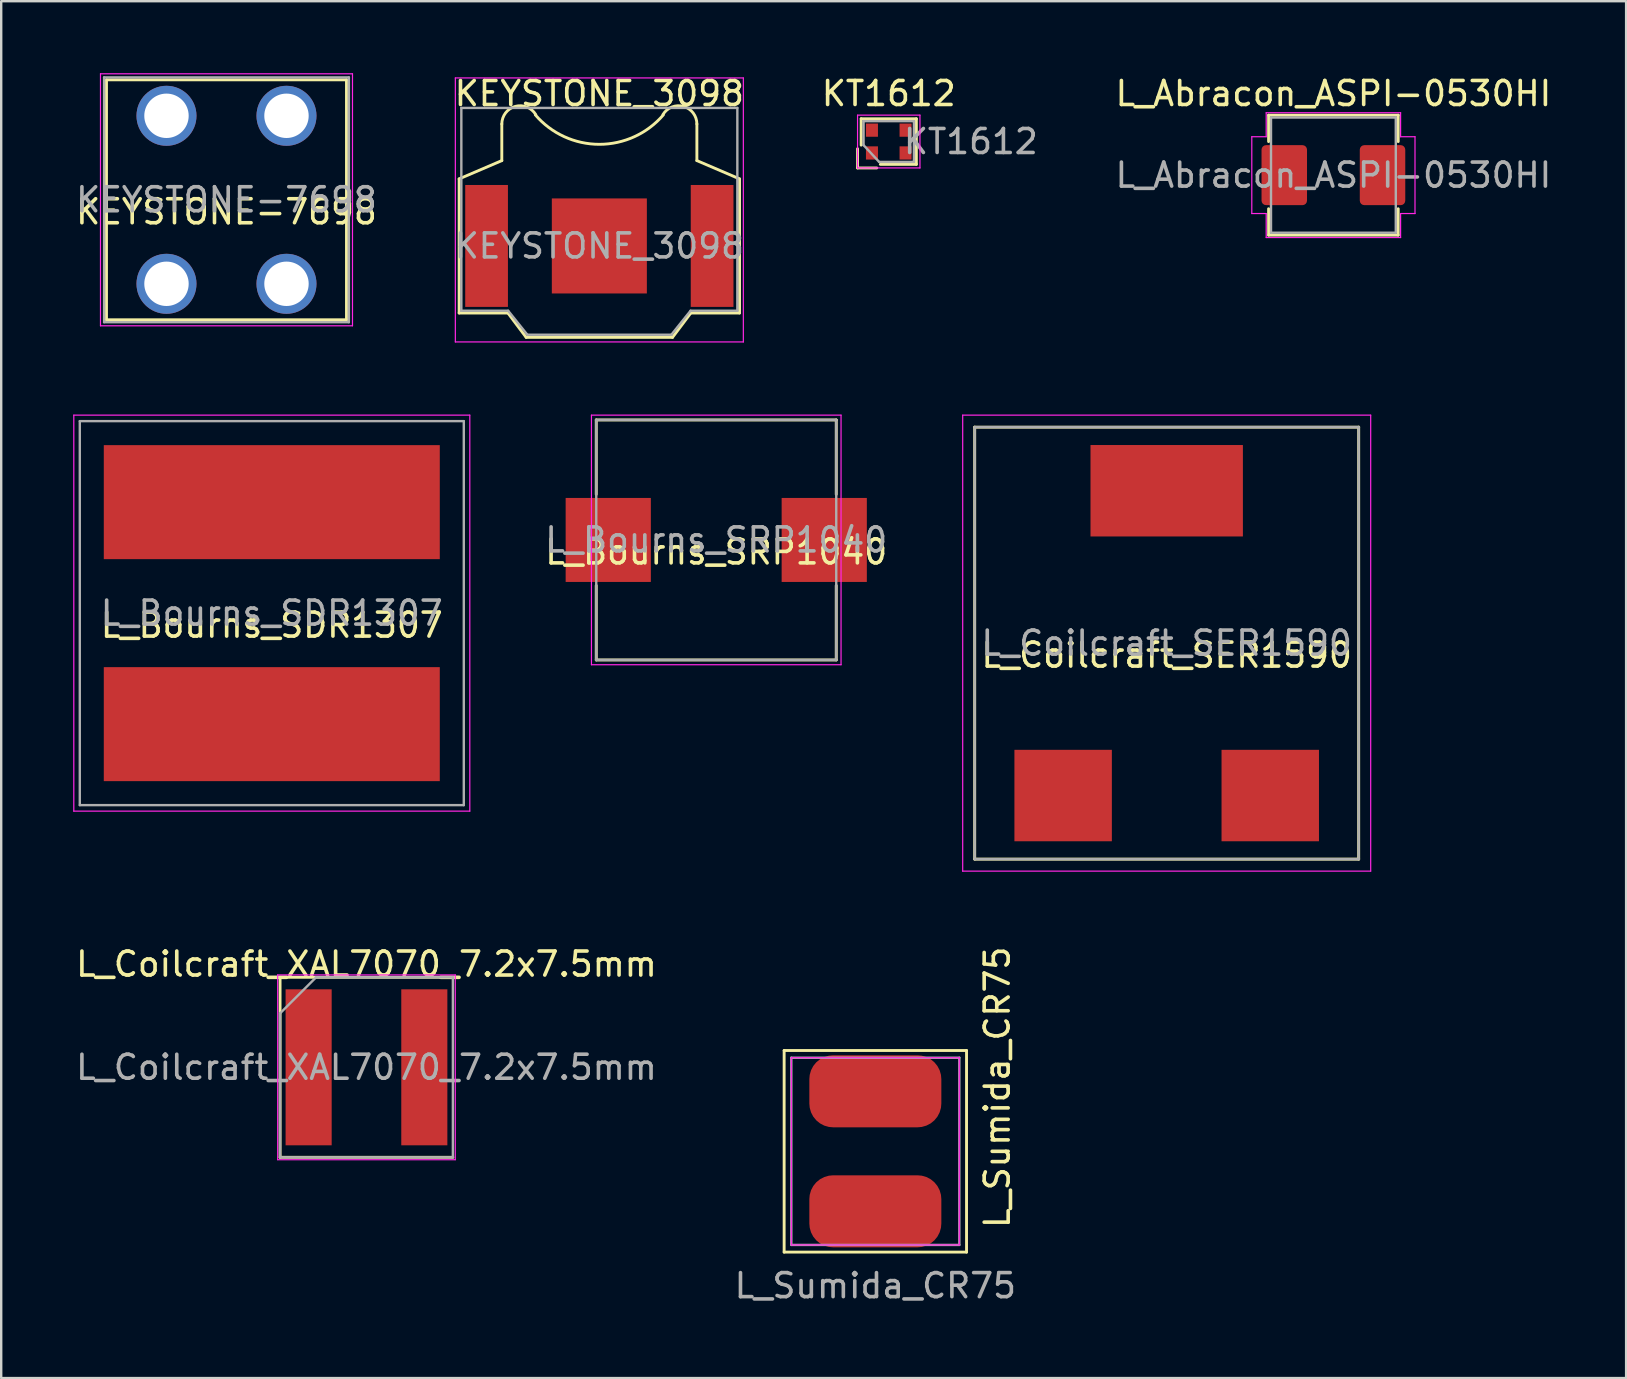
<source format=kicad_pcb>
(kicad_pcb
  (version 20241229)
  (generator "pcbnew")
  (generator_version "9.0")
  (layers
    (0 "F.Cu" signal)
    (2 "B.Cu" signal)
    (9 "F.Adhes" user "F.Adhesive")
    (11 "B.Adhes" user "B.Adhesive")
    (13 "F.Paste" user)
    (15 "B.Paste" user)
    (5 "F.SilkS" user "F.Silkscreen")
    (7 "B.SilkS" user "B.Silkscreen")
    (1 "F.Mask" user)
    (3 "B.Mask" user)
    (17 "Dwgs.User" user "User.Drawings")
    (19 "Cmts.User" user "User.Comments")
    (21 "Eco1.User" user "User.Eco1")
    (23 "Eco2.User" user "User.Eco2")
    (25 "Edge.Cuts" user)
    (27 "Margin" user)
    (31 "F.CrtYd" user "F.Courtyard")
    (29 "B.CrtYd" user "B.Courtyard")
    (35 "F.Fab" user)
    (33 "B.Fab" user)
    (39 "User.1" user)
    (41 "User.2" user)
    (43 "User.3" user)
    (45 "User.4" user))
  (footprint "L_Bourns_SDR1307"
    (layer "F.Cu")
    (at 8.275 22.498)
    (property "Reference" "L_Bourns_SDR1307" (at 0 0.5 0) (layer "F.SilkS") (effects (font (size 1 1) (thickness 0.15))))
    (attr smd)
    (fp_line (start -8.25 -8.25) (end -8.25 8.25) (stroke (width 0.05) (type solid)) (layer "F.CrtYd"))
    (fp_line (start -8.25 -8.25) (end 8.25 -8.25) (stroke (width 0.05) (type solid)) (layer "F.CrtYd"))
    (fp_line (start 8.25 8.25) (end -8.25 8.25) (stroke (width 0.05) (type solid)) (layer "F.CrtYd"))
    (fp_line (start 8.25 8.25) (end 8.25 -8.25) (stroke (width 0.05) (type solid)) (layer "F.CrtYd"))
    (fp_line (start -8 -8) (end 8 -8) (stroke (width 0.1) (type solid)) (layer "F.Fab"))
    (fp_line (start -8 8) (end -8 -8) (stroke (width 0.1) (type solid)) (layer "F.Fab"))
    (fp_line (start 8 -8) (end 8 8) (stroke (width 0.1) (type solid)) (layer "F.Fab"))
    (fp_line (start 8 8) (end -8 8) (stroke (width 0.1) (type solid)) (layer "F.Fab"))
    (fp_text user "${REFERENCE}" (at 0 0 0) (layer "F.Fab") (effects (font (size 1 1) (thickness 0.15))))
    (pad "1" smd rect (at 0 -4.625) (size 14 4.75) (layers "F.Cu" "F.Mask" "F.Paste"))
    (pad "2" smd rect (at 0 4.625) (size 14 4.75) (layers "F.Cu" "F.Mask" "F.Paste")))
  (footprint "L_Abracon_ASPI-0530HI"
    (layer "F.Cu")
    (at 52.509 4.248)
    (property "Reference" "L_Abracon_ASPI-0530HI" (at 0 -3.4 0) (layer "F.SilkS") (effects (font (size 1 1) (thickness 0.15))))
    (attr smd)
    (fp_line (start -2.7 -2.5) (end -2.7 -1.4) (stroke (width 0.12) (type solid)) (layer "F.SilkS"))
    (fp_line (start -2.7 2.5) (end -2.7 1.4) (stroke (width 0.12) (type solid)) (layer "F.SilkS"))
    (fp_line (start -2.7 2.5) (end 2.7 2.5) (stroke (width 0.12) (type solid)) (layer "F.SilkS"))
    (fp_line (start 2.7 -2.5) (end -2.7 -2.5) (stroke (width 0.12) (type solid)) (layer "F.SilkS"))
    (fp_line (start 2.7 -2.5) (end 2.7 -1.4) (stroke (width 0.12) (type solid)) (layer "F.SilkS"))
    (fp_line (start 2.7 2.5) (end 2.7 1.4) (stroke (width 0.12) (type solid)) (layer "F.SilkS"))
    (fp_line (start -3.4 -1.6) (end -3.4 1.6) (stroke (width 0.05) (type solid)) (layer "F.CrtYd"))
    (fp_line (start -3.4 1.6) (end -2.8 1.6) (stroke (width 0.05) (type solid)) (layer "F.CrtYd"))
    (fp_line (start -2.8 -2.6) (end -2.8 -1.6) (stroke (width 0.05) (type solid)) (layer "F.CrtYd"))
    (fp_line (start -2.8 -1.6) (end -3.4 -1.6) (stroke (width 0.05) (type solid)) (layer "F.CrtYd"))
    (fp_line (start -2.8 1.6) (end -2.8 2.6) (stroke (width 0.05) (type solid)) (layer "F.CrtYd"))
    (fp_line (start -2.8 2.6) (end 2.8 2.6) (stroke (width 0.05) (type solid)) (layer "F.CrtYd"))
    (fp_line (start 2.8 -2.6) (end -2.8 -2.6) (stroke (width 0.05) (type solid)) (layer "F.CrtYd"))
    (fp_line (start 2.8 -1.6) (end 2.8 -2.6) (stroke (width 0.05) (type solid)) (layer "F.CrtYd"))
    (fp_line (start 2.8 1.6) (end 3.4 1.6) (stroke (width 0.05) (type solid)) (layer "F.CrtYd"))
    (fp_line (start 2.8 2.6) (end 2.8 1.6) (stroke (width 0.05) (type solid)) (layer "F.CrtYd"))
    (fp_line (start 3.4 -1.6) (end 2.8 -1.6) (stroke (width 0.05) (type solid)) (layer "F.CrtYd"))
    (fp_line (start 3.4 1.6) (end 3.4 -1.6) (stroke (width 0.05) (type solid)) (layer "F.CrtYd"))
    (fp_line (start -2.6 -2.4) (end 2.6 -2.4) (stroke (width 0.1) (type solid)) (layer "F.Fab"))
    (fp_line (start -2.6 2.4) (end -2.6 -2.4) (stroke (width 0.1) (type solid)) (layer "F.Fab"))
    (fp_line (start 2.6 -2.4) (end 2.6 2.4) (stroke (width 0.1) (type solid)) (layer "F.Fab"))
    (fp_line (start 2.6 2.4) (end -2.6 2.4) (stroke (width 0.1) (type solid)) (layer "F.Fab"))
    (fp_text user "${REFERENCE}" (at 0 0 0) (layer "F.Fab") (effects (font (size 1 1) (thickness 0.15))))
    (pad "1" smd roundrect (at -2.047 0) (size 1.895 2.5) (layers "F.Cu" "F.Mask" "F.Paste") (roundrect_rratio 0.1))
    (pad "2" smd roundrect (at 2.047 0) (size 1.895 2.5) (layers "F.Cu" "F.Mask" "F.Paste") (roundrect_rratio 0.1)))
  (footprint "L_Bourns_SRP1040"
    (layer "F.Cu")
    (at 26.794 19.448)
    (property "Reference" "L_Bourns_SRP1040" (at 0 0.5 0) (layer "F.SilkS") (effects (font (size 1 1) (thickness 0.15))))
    (attr smd)
    (fp_line (start -5 -5) (end -5 -1.9) (stroke (width 0.12) (type solid)) (layer "F.SilkS"))
    (fp_line (start -5 -5) (end 5 -5) (stroke (width 0.12) (type solid)) (layer "F.SilkS"))
    (fp_line (start -5 1.9) (end -5 5) (stroke (width 0.12) (type solid)) (layer "F.SilkS"))
    (fp_line (start -5 5) (end 5 5) (stroke (width 0.12) (type solid)) (layer "F.SilkS"))
    (fp_line (start 5 -5) (end 5 -1.9) (stroke (width 0.12) (type solid)) (layer "F.SilkS"))
    (fp_line (start 5 5) (end 5 1.9) (stroke (width 0.12) (type solid)) (layer "F.SilkS"))
    (fp_line (start -5.2 -5.2) (end -5.2 5.2) (stroke (width 0.05) (type solid)) (layer "F.CrtYd"))
    (fp_line (start -5.2 -5.2) (end 5.2 -5.2) (stroke (width 0.05) (type solid)) (layer "F.CrtYd"))
    (fp_line (start 5.2 5.2) (end -5.2 5.2) (stroke (width 0.05) (type solid)) (layer "F.CrtYd"))
    (fp_line (start 5.2 5.2) (end 5.2 -5.2) (stroke (width 0.05) (type solid)) (layer "F.CrtYd"))
    (fp_line (start -5 -5) (end -5 5) (stroke (width 0.1) (type solid)) (layer "F.Fab"))
    (fp_line (start -5 -5) (end 5 -5) (stroke (width 0.1) (type solid)) (layer "F.Fab"))
    (fp_line (start -5 5) (end 5 5) (stroke (width 0.1) (type solid)) (layer "F.Fab"))
    (fp_line (start 5 -5) (end 5 5) (stroke (width 0.1) (type solid)) (layer "F.Fab"))
    (fp_text user "${REFERENCE}" (at 0 0 0) (layer "F.Fab") (effects (font (size 1 1) (thickness 0.15))))
    (pad "1" smd rect (at -4.5 0 180) (size 3.55 3.5) (layers "F.Cu" "F.Mask" "F.Paste"))
    (pad "2" smd rect (at 4.5 0 180) (size 3.55 3.5) (layers "F.Cu" "F.Mask" "F.Paste")))
  (footprint "KT1612"
    (layer "F.Cu")
    (at 33.982 2.848)
    (property "Reference" "KT1612" (at 0 -2 180) (layer "F.SilkS") (effects (font (size 1 1) (thickness 0.15))))
    (attr smd)
    (fp_line (start -1.3 1.1) (end -1.3 0.3) (stroke (width 0.12) (type solid)) (layer "F.SilkS"))
    (fp_line (start -1.15 -0.95) (end 1.15 -0.95) (stroke (width 0.12) (type solid)) (layer "F.SilkS"))
    (fp_line (start -1.15 0.15) (end -1.15 -0.95) (stroke (width 0.12) (type solid)) (layer "F.SilkS"))
    (fp_line (start -0.5 1.1) (end -1.3 1.1) (stroke (width 0.12) (type solid)) (layer "F.SilkS"))
    (fp_line (start 1.15 -0.95) (end 1.15 0.95) (stroke (width 0.12) (type solid)) (layer "F.SilkS"))
    (fp_line (start 1.15 0.95) (end -0.35 0.95) (stroke (width 0.12) (type solid)) (layer "F.SilkS"))
    (fp_line (start -1.3 -1.1) (end 1.3 -1.1) (stroke (width 0.05) (type solid)) (layer "F.CrtYd"))
    (fp_line (start -1.3 1.1) (end -1.3 -1.1) (stroke (width 0.05) (type solid)) (layer "F.CrtYd"))
    (fp_line (start 1.3 -1.1) (end 1.3 1.1) (stroke (width 0.05) (type solid)) (layer "F.CrtYd"))
    (fp_line (start 1.3 1.1) (end -1.3 1.1) (stroke (width 0.05) (type solid)) (layer "F.CrtYd"))
    (fp_line (start -1.05 -0.85) (end 1.05 -0.85) (stroke (width 0.1) (type solid)) (layer "F.Fab"))
    (fp_line (start -1.05 0.15) (end -1.05 -0.85) (stroke (width 0.1) (type solid)) (layer "F.Fab"))
    (fp_line (start -0.4 0.85) (end -1.05 0.15) (stroke (width 0.1) (type solid)) (layer "F.Fab"))
    (fp_line (start 1.05 -0.85) (end 1.05 0.85) (stroke (width 0.1) (type solid)) (layer "F.Fab"))
    (fp_line (start 1.05 0.85) (end -0.4 0.85) (stroke (width 0.1) (type solid)) (layer "F.Fab"))
    (fp_text user "${REFERENCE}" (at 3.42 0 0) (layer "F.Fab") (effects (font (size 1 1) (thickness 0.15))))
    (pad "1" smd rect (at -0.7 0.475) (size 0.5 0.55) (layers "F.Cu" "F.Mask" "F.Paste"))
    (pad "2" smd rect (at 0.7 0.475) (size 0.5 0.55) (layers "F.Cu" "F.Mask" "F.Paste"))
    (pad "3" smd rect (at 0.7 -0.475) (size 0.5 0.55) (layers "F.Cu" "F.Mask" "F.Paste"))
    (pad "4" smd rect (at -0.7 -0.475) (size 0.5 0.55) (layers "F.Cu" "F.Mask" "F.Paste")))
  (footprint "L_Coilcraft_XAL7070_7.2x7.5mm"
    (layer "F.Cu")
    (at 12.22 41.422)
    (property "Reference" "L_Coilcraft_XAL7070_7.2x7.5mm" (at 0 -4.3 0) (layer "F.SilkS") (effects (font (size 1 1) (thickness 0.15))))
    (attr smd)
    (fp_line (start -3.6 -3.75) (end -3.6 3.75) (stroke (width 0.12) (type solid)) (layer "F.SilkS"))
    (fp_line (start -3.6 -3.75) (end 3.6 -3.75) (stroke (width 0.12) (type solid)) (layer "F.SilkS"))
    (fp_line (start -3.6 3.75) (end 3.6 3.75) (stroke (width 0.12) (type solid)) (layer "F.SilkS"))
    (fp_line (start -3.7 -3.85) (end -3.7 3.85) (stroke (width 0.05) (type solid)) (layer "F.CrtYd"))
    (fp_line (start -3.7 -3.85) (end 3.7 -3.85) (stroke (width 0.05) (type solid)) (layer "F.CrtYd"))
    (fp_line (start -3.7 3.85) (end 3.7 3.85) (stroke (width 0.05) (type solid)) (layer "F.CrtYd"))
    (fp_line (start 3.7 -3.85) (end 3.7 3.85) (stroke (width 0.05) (type solid)) (layer "F.CrtYd"))
    (fp_line (start -3.6 -2.25) (end -3.6 3.75) (stroke (width 0.1) (type solid)) (layer "F.Fab"))
    (fp_line (start -3.6 -2.25) (end -2.1 -3.75) (stroke (width 0.1) (type solid)) (layer "F.Fab"))
    (fp_line (start -3.6 3.75) (end 3.6 3.75) (stroke (width 0.1) (type solid)) (layer "F.Fab"))
    (fp_line (start -2.1 -3.75) (end 3.6 -3.75) (stroke (width 0.1) (type solid)) (layer "F.Fab"))
    (fp_line (start 3.6 -3.75) (end 3.6 3.75) (stroke (width 0.1) (type solid)) (layer "F.Fab"))
    (fp_text user "${REFERENCE}" (at 0 0 0) (layer "F.Fab") (effects (font (size 1 1) (thickness 0.15))))
    (pad "1" smd rect (at -2.41 0) (size 1.92 6.5) (layers "F.Cu" "F.Mask" "F.Paste"))
    (pad "2" smd rect (at 2.41 0) (size 1.92 6.5) (layers "F.Cu" "F.Mask" "F.Paste")))
  (footprint "L_Sumida_CR75"
    (layer "F.Cu")
    (at 33.423 44.922)
    (property "Reference" "L_Sumida_CR75" (at 5.08 -2.667 90) (layer "F.SilkS") (effects (font (size 1 1) (thickness 0.15))))
    (attr smd)
    (fp_line (start -3.8 -4.2) (end 3.8 -4.2) (stroke (width 0.12) (type solid)) (layer "F.SilkS"))
    (fp_line (start -3.8 4.2) (end -3.8 -4.2) (stroke (width 0.12) (type solid)) (layer "F.SilkS"))
    (fp_line (start 3.8 -4.2) (end 3.8 4.2) (stroke (width 0.12) (type solid)) (layer "F.SilkS"))
    (fp_line (start 3.8 4.2) (end -3.8 4.2) (stroke (width 0.12) (type solid)) (layer "F.SilkS"))
    (fp_line (start -3.5 -3.9) (end -3.5 3.9) (stroke (width 0.05) (type solid)) (layer "F.CrtYd"))
    (fp_line (start -3.5 3.9) (end 3.5 3.9) (stroke (width 0.05) (type solid)) (layer "F.CrtYd"))
    (fp_line (start 3.5 -3.9) (end -3.5 -3.9) (stroke (width 0.05) (type solid)) (layer "F.CrtYd"))
    (fp_line (start 3.5 3.9) (end 3.5 -3.9) (stroke (width 0.05) (type solid)) (layer "F.CrtYd"))
    (fp_line (start -3.5 -3.9) (end -3.5 3.9) (stroke (width 0.1) (type solid)) (layer "F.Fab"))
    (fp_line (start -3.5 3.9) (end 3.5 3.9) (stroke (width 0.1) (type solid)) (layer "F.Fab"))
    (fp_line (start 3.5 -3.9) (end -3.5 -3.9) (stroke (width 0.1) (type solid)) (layer "F.Fab"))
    (fp_line (start 3.5 3.9) (end 3.5 -3.9) (stroke (width 0.1) (type solid)) (layer "F.Fab"))
    (fp_text user "${REFERENCE}" (at 0 5.6 0) (layer "F.Fab") (effects (font (size 1 1) (thickness 0.15))))
    (pad "1" smd roundrect (at 0 -2.5) (size 5.5 3) (layers "F.Cu" "F.Mask" "F.Paste") (roundrect_rratio 0.33))
    (pad "2" smd roundrect (at 0 2.5) (size 5.5 3) (layers "F.Cu" "F.Mask" "F.Paste") (roundrect_rratio 0.33)))
  (footprint "L_Coilcraft_SER1590"
    (layer "F.Cu")
    (at 45.563 23.748)
    (property "Reference" "L_Coilcraft_SER1590" (at 0 0.5 0) (layer "F.SilkS") (effects (font (size 1 1) (thickness 0.15))))
    (attr smd)
    (fp_line (start -8 -9) (end -8 9) (stroke (width 0.12) (type solid)) (layer "F.SilkS"))
    (fp_line (start -8 9) (end 8 9) (stroke (width 0.12) (type solid)) (layer "F.SilkS"))
    (fp_line (start 8 -9) (end -8 -9) (stroke (width 0.12) (type solid)) (layer "F.SilkS"))
    (fp_line (start 8 9) (end 8 -9) (stroke (width 0.12) (type solid)) (layer "F.SilkS"))
    (fp_line (start -8.5 -9.5) (end -8.5 9.5) (stroke (width 0.05) (type solid)) (layer "F.CrtYd"))
    (fp_line (start -8.5 9.5) (end 8.5 9.5) (stroke (width 0.05) (type solid)) (layer "F.CrtYd"))
    (fp_line (start 8.5 -9.5) (end -8.5 -9.5) (stroke (width 0.05) (type solid)) (layer "F.CrtYd"))
    (fp_line (start 8.5 9.5) (end 8.5 -9.5) (stroke (width 0.05) (type solid)) (layer "F.CrtYd"))
    (fp_line (start -8 -9) (end 8 -9) (stroke (width 0.1) (type solid)) (layer "F.Fab"))
    (fp_line (start -8 9) (end -8 -9) (stroke (width 0.1) (type solid)) (layer "F.Fab"))
    (fp_line (start 8 -9) (end 8 9) (stroke (width 0.1) (type solid)) (layer "F.Fab"))
    (fp_line (start 8 9) (end -8 9) (stroke (width 0.1) (type solid)) (layer "F.Fab"))
    (fp_text user "${REFERENCE}" (at 0 0 0) (layer "F.Fab") (effects (font (size 1 1) (thickness 0.15))))
    (pad "1" smd rect (at -4.315 6.35) (size 4.06 3.81) (layers "F.Cu" "F.Mask" "F.Paste"))
    (pad "2" smd rect (at 4.315 6.35) (size 4.06 3.81) (layers "F.Cu" "F.Mask" "F.Paste"))
    (pad "3" smd rect (at 0 -6.35) (size 6.35 3.81) (layers "F.Cu" "F.Mask" "F.Paste")))
  (footprint "KEYSTONE_3098"
    (layer "F.Cu")
    (at 21.923 7.198)
    (property "Reference" "KEYSTONE_3098" (at 0 -6.35 0) (layer "F.SilkS") (effects (font (size 1 1) (thickness 0.15))))
    (attr smd)
    (fp_line (start -5.842 -2.794) (end -4.064 -3.556) (stroke (width 0.12) (type solid)) (layer "F.SilkS"))
    (fp_line (start -5.842 2.794) (end -5.842 -2.794) (stroke (width 0.12) (type solid)) (layer "F.SilkS"))
    (fp_line (start -4.064 -3.556) (end -4.064 -5.08) (stroke (width 0.12) (type solid)) (layer "F.SilkS"))
    (fp_line (start -3.81 2.794) (end -5.842 2.794) (stroke (width 0.12) (type solid)) (layer "F.SilkS"))
    (fp_line (start -3.048 3.81) (end -3.81 2.794) (stroke (width 0.12) (type solid)) (layer "F.SilkS"))
    (fp_line (start 3.048 3.81) (end -3.048 3.81) (stroke (width 0.12) (type solid)) (layer "F.SilkS"))
    (fp_line (start 3.048 3.81) (end 3.81 2.794) (stroke (width 0.12) (type solid)) (layer "F.SilkS"))
    (fp_line (start 3.81 2.794) (end 5.842 2.794) (stroke (width 0.12) (type solid)) (layer "F.SilkS"))
    (fp_line (start 4.064 -3.556) (end 4.064 -5.08) (stroke (width 0.12) (type solid)) (layer "F.SilkS"))
    (fp_line (start 5.842 -2.794) (end 4.064 -3.556) (stroke (width 0.12) (type solid)) (layer "F.SilkS"))
    (fp_line (start 5.842 2.794) (end 5.842 -2.794) (stroke (width 0.12) (type solid)) (layer "F.SilkS"))
    (fp_arc (start -4.064 -5.08) (mid -3.505403 -5.814351) (end -2.64859 -5.472045) (stroke (width 0.12) (type solid)) (layer "F.SilkS"))
    (fp_arc (start 2.64859 -5.472045) (mid 3.505403 -5.814351) (end 4.064 -5.08) (stroke (width 0.12) (type solid)) (layer "F.SilkS"))
    (fp_arc (start 2.667 -5.461) (mid 0 -4.234354) (end -2.667 -5.461) (stroke (width 0.12) (type solid)) (layer "F.SilkS"))
    (fp_line (start -6 -7) (end -6 4) (stroke (width 0.05) (type solid)) (layer "F.CrtYd"))
    (fp_line (start -6 4) (end 6 4) (stroke (width 0.05) (type solid)) (layer "F.CrtYd"))
    (fp_line (start 6 -7) (end -6 -7) (stroke (width 0.05) (type solid)) (layer "F.CrtYd"))
    (fp_line (start 6 4) (end 6 -7) (stroke (width 0.05) (type solid)) (layer "F.CrtYd"))
    (fp_line (start -5.75 -5.75) (end -5.75 2.7) (stroke (width 0.1) (type solid)) (layer "F.Fab"))
    (fp_line (start -5.75 2.7) (end -3.8 2.7) (stroke (width 0.1) (type solid)) (layer "F.Fab"))
    (fp_line (start -3.8 2.7) (end -3 3.7) (stroke (width 0.1) (type solid)) (layer "F.Fab"))
    (fp_line (start -3 3.7) (end 3 3.7) (stroke (width 0.1) (type solid)) (layer "F.Fab"))
    (fp_line (start 3 3.7) (end 3.8 2.7) (stroke (width 0.1) (type solid)) (layer "F.Fab"))
    (fp_line (start 3.8 2.7) (end 5.75 2.7) (stroke (width 0.1) (type solid)) (layer "F.Fab"))
    (fp_line (start 5.75 -5.75) (end -5.75 -5.75) (stroke (width 0.1) (type solid)) (layer "F.Fab"))
    (fp_line (start 5.75 2.7) (end 5.75 -5.75) (stroke (width 0.1) (type solid)) (layer "F.Fab"))
    (fp_text user "${REFERENCE}" (at 0 0 0) (layer "F.Fab") (effects (font (size 1 1) (thickness 0.15))))
    (pad "1" smd rect (at -4.699 0) (size 1.78 5.08) (layers "F.Cu" "F.Mask" "F.Paste"))
    (pad "1" smd rect (at 4.699 0) (size 1.78 5.08) (layers "F.Cu" "F.Mask" "F.Paste"))
    (pad "2" smd rect (at 0 0) (size 3.96 3.96) (layers "F.Cu" "F.Mask" "F.Paste")))
  (footprint "KEYSTONE-7698"
    (layer "F.Cu")
    (at 3.887 1.775)
    (property "Reference" "KEYSTONE-7698" (at 2.5 4 0) (layer "F.SilkS") (effects (font (size 1 1) (thickness 0.15))))
    (attr through_hole)
    (fp_line (start -2.5 -1.5) (end 7.5 -1.5) (stroke (width 0.12) (type solid)) (layer "F.SilkS"))
    (fp_line (start -2.5 8.5) (end -2.5 -1.5) (stroke (width 0.12) (type solid)) (layer "F.SilkS"))
    (fp_line (start 7.5 -1.5) (end 7.5 8.5) (stroke (width 0.12) (type solid)) (layer "F.SilkS"))
    (fp_line (start 7.5 8.5) (end -2.5 8.5) (stroke (width 0.12) (type solid)) (layer "F.SilkS"))
    (fp_line (start -2.75 -1.75) (end -2.75 8.75) (stroke (width 0.05) (type solid)) (layer "F.CrtYd"))
    (fp_line (start -2.75 -1.75) (end 7.75 -1.75) (stroke (width 0.05) (type solid)) (layer "F.CrtYd"))
    (fp_line (start 7.75 8.75) (end -2.75 8.75) (stroke (width 0.05) (type solid)) (layer "F.CrtYd"))
    (fp_line (start 7.75 8.75) (end 7.75 -1.75) (stroke (width 0.05) (type solid)) (layer "F.CrtYd"))
    (fp_line (start -2.6 -1.6) (end 7.6 -1.6) (stroke (width 0.1) (type solid)) (layer "F.Fab"))
    (fp_line (start -2.6 8.6) (end -2.6 -1.6) (stroke (width 0.1) (type solid)) (layer "F.Fab"))
    (fp_line (start 7.6 -1.6) (end 7.6 8.6) (stroke (width 0.1) (type solid)) (layer "F.Fab"))
    (fp_line (start 7.6 8.6) (end -2.6 8.6) (stroke (width 0.1) (type solid)) (layer "F.Fab"))
    (fp_text user "${REFERENCE}" (at 2.5 3.5 0) (layer "F.Fab") (effects (font (size 1 1) (thickness 0.15))))
    (pad "1" thru_hole circle (at 0 0) (size 2.5 2.5) (drill 1.85) (layers "*.Cu" "*.Mask"))
    (pad "1" thru_hole circle (at 0 7) (size 2.5 2.5) (drill 1.85) (layers "*.Cu" "*.Mask"))
    (pad "1" thru_hole circle (at 5 0) (size 2.5 2.5) (drill 1.85) (layers "*.Cu" "*.Mask"))
    (pad "1" thru_hole circle (at 5 7) (size 2.5 2.5) (drill 1.85) (layers "*.Cu" "*.Mask")))
  (gr_rect
    (start -3 -3)
    (end 64.706 54.371)
    (stroke (width 0.1) (type default))
    (fill no)
    (layer "Edge.Cuts")))
</source>
